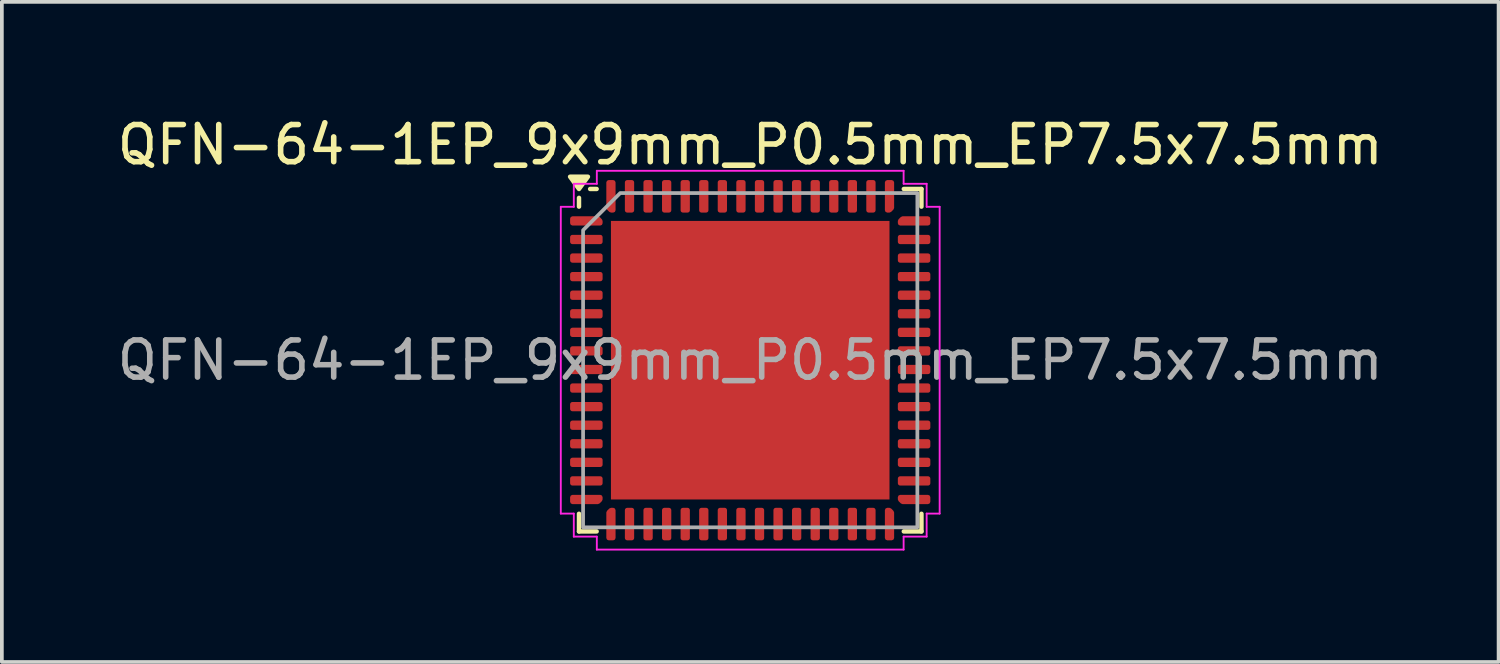
<source format=kicad_pcb>
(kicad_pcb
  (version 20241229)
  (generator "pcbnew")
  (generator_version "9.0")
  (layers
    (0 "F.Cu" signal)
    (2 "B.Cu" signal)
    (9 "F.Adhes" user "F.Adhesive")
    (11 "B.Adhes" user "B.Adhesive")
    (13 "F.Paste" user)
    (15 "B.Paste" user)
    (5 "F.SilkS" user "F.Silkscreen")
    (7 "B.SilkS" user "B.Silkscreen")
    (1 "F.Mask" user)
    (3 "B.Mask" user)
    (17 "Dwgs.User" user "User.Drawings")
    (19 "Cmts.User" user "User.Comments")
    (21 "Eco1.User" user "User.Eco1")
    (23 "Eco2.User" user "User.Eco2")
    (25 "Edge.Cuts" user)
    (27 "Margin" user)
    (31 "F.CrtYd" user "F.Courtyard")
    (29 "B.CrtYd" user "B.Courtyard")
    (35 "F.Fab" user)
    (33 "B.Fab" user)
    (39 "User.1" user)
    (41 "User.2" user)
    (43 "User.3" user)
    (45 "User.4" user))
  (footprint "QFN-64-1EP_9x9mm_P0.5mm_EP7.5x7.5mm"
    (layer "F.Cu")
    (at 17.149 6.648)
    (property "Reference" "QFN-64-1EP_9x9mm_P0.5mm_EP7.5x7.5mm" (at 0 -5.8 0) (layer "F.SilkS") (effects (font (size 1 1) (thickness 0.15))))
    (attr smd)
    (fp_line (start -4.61 -4.135) (end -4.61 -4.37) (stroke (width 0.12) (type solid)) (layer "F.SilkS"))
    (fp_line (start -4.61 4.61) (end -4.61 4.135) (stroke (width 0.12) (type solid)) (layer "F.SilkS"))
    (fp_line (start -4.135 -4.61) (end -4.31 -4.61) (stroke (width 0.12) (type solid)) (layer "F.SilkS"))
    (fp_line (start -4.135 4.61) (end -4.61 4.61) (stroke (width 0.12) (type solid)) (layer "F.SilkS"))
    (fp_line (start 4.135 -4.61) (end 4.61 -4.61) (stroke (width 0.12) (type solid)) (layer "F.SilkS"))
    (fp_line (start 4.135 4.61) (end 4.61 4.61) (stroke (width 0.12) (type solid)) (layer "F.SilkS"))
    (fp_line (start 4.61 -4.61) (end 4.61 -4.135) (stroke (width 0.12) (type solid)) (layer "F.SilkS"))
    (fp_line (start 4.61 4.61) (end 4.61 4.135) (stroke (width 0.12) (type solid)) (layer "F.SilkS"))
    (fp_poly (pts (xy -4.61 -4.61) (xy -4.85 -4.94) (xy -4.37 -4.94)) (stroke (width 0.12) (type solid)) (fill yes) (layer "F.SilkS"))
    (fp_line (start -5.1 -4.13) (end -4.75 -4.13) (stroke (width 0.05) (type solid)) (layer "F.CrtYd"))
    (fp_line (start -5.1 4.13) (end -5.1 -4.13) (stroke (width 0.05) (type solid)) (layer "F.CrtYd"))
    (fp_line (start -4.75 -4.75) (end -4.13 -4.75) (stroke (width 0.05) (type solid)) (layer "F.CrtYd"))
    (fp_line (start -4.75 -4.13) (end -4.75 -4.75) (stroke (width 0.05) (type solid)) (layer "F.CrtYd"))
    (fp_line (start -4.75 4.13) (end -5.1 4.13) (stroke (width 0.05) (type solid)) (layer "F.CrtYd"))
    (fp_line (start -4.75 4.75) (end -4.75 4.13) (stroke (width 0.05) (type solid)) (layer "F.CrtYd"))
    (fp_line (start -4.13 -5.1) (end 4.13 -5.1) (stroke (width 0.05) (type solid)) (layer "F.CrtYd"))
    (fp_line (start -4.13 -4.75) (end -4.13 -5.1) (stroke (width 0.05) (type solid)) (layer "F.CrtYd"))
    (fp_line (start -4.13 4.75) (end -4.75 4.75) (stroke (width 0.05) (type solid)) (layer "F.CrtYd"))
    (fp_line (start -4.13 5.1) (end -4.13 4.75) (stroke (width 0.05) (type solid)) (layer "F.CrtYd"))
    (fp_line (start 4.13 -5.1) (end 4.13 -4.75) (stroke (width 0.05) (type solid)) (layer "F.CrtYd"))
    (fp_line (start 4.13 -4.75) (end 4.75 -4.75) (stroke (width 0.05) (type solid)) (layer "F.CrtYd"))
    (fp_line (start 4.13 4.75) (end 4.13 5.1) (stroke (width 0.05) (type solid)) (layer "F.CrtYd"))
    (fp_line (start 4.13 5.1) (end -4.13 5.1) (stroke (width 0.05) (type solid)) (layer "F.CrtYd"))
    (fp_line (start 4.75 -4.75) (end 4.75 -4.13) (stroke (width 0.05) (type solid)) (layer "F.CrtYd"))
    (fp_line (start 4.75 -4.13) (end 5.1 -4.13) (stroke (width 0.05) (type solid)) (layer "F.CrtYd"))
    (fp_line (start 4.75 4.13) (end 4.75 4.75) (stroke (width 0.05) (type solid)) (layer "F.CrtYd"))
    (fp_line (start 4.75 4.75) (end 4.13 4.75) (stroke (width 0.05) (type solid)) (layer "F.CrtYd"))
    (fp_line (start 5.1 -4.13) (end 5.1 4.13) (stroke (width 0.05) (type solid)) (layer "F.CrtYd"))
    (fp_line (start 5.1 4.13) (end 4.75 4.13) (stroke (width 0.05) (type solid)) (layer "F.CrtYd"))
    (fp_poly (pts (xy -4.5 -3.5) (xy -4.5 4.5) (xy 4.5 4.5) (xy 4.5 -4.5) (xy -3.5 -4.5)) (stroke (width 0.1) (type solid)) (fill no) (layer "F.Fab"))
    (fp_text user "${REFERENCE}" (at 0 0 0) (layer "F.Fab") (effects (font (size 1 1) (thickness 0.15))))
    (pad "" smd roundrect (at -3.125 -3.125) (size 1.01 1.01) (layers "F.Paste") (roundrect_rratio 0.248))
    (pad "" smd roundrect (at -3.125 -1.875) (size 1.01 1.01) (layers "F.Paste") (roundrect_rratio 0.248))
    (pad "" smd roundrect (at -3.125 -0.625) (size 1.01 1.01) (layers "F.Paste") (roundrect_rratio 0.248))
    (pad "" smd roundrect (at -3.125 0.625) (size 1.01 1.01) (layers "F.Paste") (roundrect_rratio 0.248))
    (pad "" smd roundrect (at -3.125 1.875) (size 1.01 1.01) (layers "F.Paste") (roundrect_rratio 0.248))
    (pad "" smd roundrect (at -3.125 3.125) (size 1.01 1.01) (layers "F.Paste") (roundrect_rratio 0.248))
    (pad "" smd roundrect (at -1.875 -3.125) (size 1.01 1.01) (layers "F.Paste") (roundrect_rratio 0.248))
    (pad "" smd roundrect (at -1.875 -1.875) (size 1.01 1.01) (layers "F.Paste") (roundrect_rratio 0.248))
    (pad "" smd roundrect (at -1.875 -0.625) (size 1.01 1.01) (layers "F.Paste") (roundrect_rratio 0.248))
    (pad "" smd roundrect (at -1.875 0.625) (size 1.01 1.01) (layers "F.Paste") (roundrect_rratio 0.248))
    (pad "" smd roundrect (at -1.875 1.875) (size 1.01 1.01) (layers "F.Paste") (roundrect_rratio 0.248))
    (pad "" smd roundrect (at -1.875 3.125) (size 1.01 1.01) (layers "F.Paste") (roundrect_rratio 0.248))
    (pad "" smd roundrect (at -0.625 -3.125) (size 1.01 1.01) (layers "F.Paste") (roundrect_rratio 0.248))
    (pad "" smd roundrect (at -0.625 -1.875) (size 1.01 1.01) (layers "F.Paste") (roundrect_rratio 0.248))
    (pad "" smd roundrect (at -0.625 -0.625) (size 1.01 1.01) (layers "F.Paste") (roundrect_rratio 0.248))
    (pad "" smd roundrect (at -0.625 0.625) (size 1.01 1.01) (layers "F.Paste") (roundrect_rratio 0.248))
    (pad "" smd roundrect (at -0.625 1.875) (size 1.01 1.01) (layers "F.Paste") (roundrect_rratio 0.248))
    (pad "" smd roundrect (at -0.625 3.125) (size 1.01 1.01) (layers "F.Paste") (roundrect_rratio 0.248))
    (pad "" smd roundrect (at 0.625 -3.125) (size 1.01 1.01) (layers "F.Paste") (roundrect_rratio 0.248))
    (pad "" smd roundrect (at 0.625 -1.875) (size 1.01 1.01) (layers "F.Paste") (roundrect_rratio 0.248))
    (pad "" smd roundrect (at 0.625 -0.625) (size 1.01 1.01) (layers "F.Paste") (roundrect_rratio 0.248))
    (pad "" smd roundrect (at 0.625 0.625) (size 1.01 1.01) (layers "F.Paste") (roundrect_rratio 0.248))
    (pad "" smd roundrect (at 0.625 1.875) (size 1.01 1.01) (layers "F.Paste") (roundrect_rratio 0.248))
    (pad "" smd roundrect (at 0.625 3.125) (size 1.01 1.01) (layers "F.Paste") (roundrect_rratio 0.248))
    (pad "" smd roundrect (at 1.875 -3.125) (size 1.01 1.01) (layers "F.Paste") (roundrect_rratio 0.248))
    (pad "" smd roundrect (at 1.875 -1.875) (size 1.01 1.01) (layers "F.Paste") (roundrect_rratio 0.248))
    (pad "" smd roundrect (at 1.875 -0.625) (size 1.01 1.01) (layers "F.Paste") (roundrect_rratio 0.248))
    (pad "" smd roundrect (at 1.875 0.625) (size 1.01 1.01) (layers "F.Paste") (roundrect_rratio 0.248))
    (pad "" smd roundrect (at 1.875 1.875) (size 1.01 1.01) (layers "F.Paste") (roundrect_rratio 0.248))
    (pad "" smd roundrect (at 1.875 3.125) (size 1.01 1.01) (layers "F.Paste") (roundrect_rratio 0.248))
    (pad "" smd roundrect (at 3.125 -3.125) (size 1.01 1.01) (layers "F.Paste") (roundrect_rratio 0.248))
    (pad "" smd roundrect (at 3.125 -1.875) (size 1.01 1.01) (layers "F.Paste") (roundrect_rratio 0.248))
    (pad "" smd roundrect (at 3.125 -0.625) (size 1.01 1.01) (layers "F.Paste") (roundrect_rratio 0.248))
    (pad "" smd roundrect (at 3.125 0.625) (size 1.01 1.01) (layers "F.Paste") (roundrect_rratio 0.248))
    (pad "" smd roundrect (at 3.125 1.875) (size 1.01 1.01) (layers "F.Paste") (roundrect_rratio 0.248))
    (pad "" smd roundrect (at 3.125 3.125) (size 1.01 1.01) (layers "F.Paste") (roundrect_rratio 0.248))
    (pad "1" smd custom (at -4.412 -3.75) (size 0.179 0.179) (layers "F.Cu" "F.Mask" "F.Paste") (options (anchor circle)) (primitives (gr_poly (pts (xy -0.375 -0.062) (xy 0.312 -0.062) (xy 0.375 0.001) (xy 0.375 0.062) (xy -0.375 0.062)) (width 0.125) (fill yes))))
    (pad "2" smd roundrect (at -4.412 -3.25) (size 0.875 0.25) (layers "F.Cu" "F.Mask" "F.Paste") (roundrect_rratio 0.25))
    (pad "3" smd roundrect (at -4.412 -2.75) (size 0.875 0.25) (layers "F.Cu" "F.Mask" "F.Paste") (roundrect_rratio 0.25))
    (pad "4" smd roundrect (at -4.412 -2.25) (size 0.875 0.25) (layers "F.Cu" "F.Mask" "F.Paste") (roundrect_rratio 0.25))
    (pad "5" smd roundrect (at -4.412 -1.75) (size 0.875 0.25) (layers "F.Cu" "F.Mask" "F.Paste") (roundrect_rratio 0.25))
    (pad "6" smd roundrect (at -4.412 -1.25) (size 0.875 0.25) (layers "F.Cu" "F.Mask" "F.Paste") (roundrect_rratio 0.25))
    (pad "7" smd roundrect (at -4.412 -0.75) (size 0.875 0.25) (layers "F.Cu" "F.Mask" "F.Paste") (roundrect_rratio 0.25))
    (pad "8" smd roundrect (at -4.412 -0.25) (size 0.875 0.25) (layers "F.Cu" "F.Mask" "F.Paste") (roundrect_rratio 0.25))
    (pad "9" smd roundrect (at -4.412 0.25) (size 0.875 0.25) (layers "F.Cu" "F.Mask" "F.Paste") (roundrect_rratio 0.25))
    (pad "10" smd roundrect (at -4.412 0.75) (size 0.875 0.25) (layers "F.Cu" "F.Mask" "F.Paste") (roundrect_rratio 0.25))
    (pad "11" smd roundrect (at -4.412 1.25) (size 0.875 0.25) (layers "F.Cu" "F.Mask" "F.Paste") (roundrect_rratio 0.25))
    (pad "12" smd roundrect (at -4.412 1.75) (size 0.875 0.25) (layers "F.Cu" "F.Mask" "F.Paste") (roundrect_rratio 0.25))
    (pad "13" smd roundrect (at -4.412 2.25) (size 0.875 0.25) (layers "F.Cu" "F.Mask" "F.Paste") (roundrect_rratio 0.25))
    (pad "14" smd roundrect (at -4.412 2.75) (size 0.875 0.25) (layers "F.Cu" "F.Mask" "F.Paste") (roundrect_rratio 0.25))
    (pad "15" smd roundrect (at -4.412 3.25) (size 0.875 0.25) (layers "F.Cu" "F.Mask" "F.Paste") (roundrect_rratio 0.25))
    (pad "16" smd custom (at -4.412 3.75) (size 0.179 0.179) (layers "F.Cu" "F.Mask" "F.Paste") (options (anchor circle)) (primitives (gr_poly (pts (xy -0.375 -0.062) (xy 0.375 -0.062) (xy 0.375 -0.001) (xy 0.312 0.062) (xy -0.375 0.062)) (width 0.125) (fill yes))))
    (pad "17" smd custom (at -3.75 4.412) (size 0.179 0.179) (layers "F.Cu" "F.Mask" "F.Paste") (options (anchor circle)) (primitives (gr_poly (pts (xy -0.062 -0.312) (xy 0.001 -0.375) (xy 0.062 -0.375) (xy 0.062 0.375) (xy -0.062 0.375)) (width 0.125) (fill yes))))
    (pad "18" smd roundrect (at -3.25 4.412) (size 0.25 0.875) (layers "F.Cu" "F.Mask" "F.Paste") (roundrect_rratio 0.25))
    (pad "19" smd roundrect (at -2.75 4.412) (size 0.25 0.875) (layers "F.Cu" "F.Mask" "F.Paste") (roundrect_rratio 0.25))
    (pad "20" smd roundrect (at -2.25 4.412) (size 0.25 0.875) (layers "F.Cu" "F.Mask" "F.Paste") (roundrect_rratio 0.25))
    (pad "21" smd roundrect (at -1.75 4.412) (size 0.25 0.875) (layers "F.Cu" "F.Mask" "F.Paste") (roundrect_rratio 0.25))
    (pad "22" smd roundrect (at -1.25 4.412) (size 0.25 0.875) (layers "F.Cu" "F.Mask" "F.Paste") (roundrect_rratio 0.25))
    (pad "23" smd roundrect (at -0.75 4.412) (size 0.25 0.875) (layers "F.Cu" "F.Mask" "F.Paste") (roundrect_rratio 0.25))
    (pad "24" smd roundrect (at -0.25 4.412) (size 0.25 0.875) (layers "F.Cu" "F.Mask" "F.Paste") (roundrect_rratio 0.25))
    (pad "25" smd roundrect (at 0.25 4.412) (size 0.25 0.875) (layers "F.Cu" "F.Mask" "F.Paste") (roundrect_rratio 0.25))
    (pad "26" smd roundrect (at 0.75 4.412) (size 0.25 0.875) (layers "F.Cu" "F.Mask" "F.Paste") (roundrect_rratio 0.25))
    (pad "27" smd roundrect (at 1.25 4.412) (size 0.25 0.875) (layers "F.Cu" "F.Mask" "F.Paste") (roundrect_rratio 0.25))
    (pad "28" smd roundrect (at 1.75 4.412) (size 0.25 0.875) (layers "F.Cu" "F.Mask" "F.Paste") (roundrect_rratio 0.25))
    (pad "29" smd roundrect (at 2.25 4.412) (size 0.25 0.875) (layers "F.Cu" "F.Mask" "F.Paste") (roundrect_rratio 0.25))
    (pad "30" smd roundrect (at 2.75 4.412) (size 0.25 0.875) (layers "F.Cu" "F.Mask" "F.Paste") (roundrect_rratio 0.25))
    (pad "31" smd roundrect (at 3.25 4.412) (size 0.25 0.875) (layers "F.Cu" "F.Mask" "F.Paste") (roundrect_rratio 0.25))
    (pad "32" smd custom (at 3.75 4.412) (size 0.179 0.179) (layers "F.Cu" "F.Mask" "F.Paste") (options (anchor circle)) (primitives (gr_poly (pts (xy -0.062 -0.375) (xy -0.001 -0.375) (xy 0.062 -0.312) (xy 0.062 0.375) (xy -0.062 0.375)) (width 0.125) (fill yes))))
    (pad "33" smd custom (at 4.412 3.75) (size 0.179 0.179) (layers "F.Cu" "F.Mask" "F.Paste") (options (anchor circle)) (primitives (gr_poly (pts (xy -0.375 -0.062) (xy 0.375 -0.062) (xy 0.375 0.062) (xy -0.312 0.062) (xy -0.375 -0.001)) (width 0.125) (fill yes))))
    (pad "34" smd roundrect (at 4.412 3.25) (size 0.875 0.25) (layers "F.Cu" "F.Mask" "F.Paste") (roundrect_rratio 0.25))
    (pad "35" smd roundrect (at 4.412 2.75) (size 0.875 0.25) (layers "F.Cu" "F.Mask" "F.Paste") (roundrect_rratio 0.25))
    (pad "36" smd roundrect (at 4.412 2.25) (size 0.875 0.25) (layers "F.Cu" "F.Mask" "F.Paste") (roundrect_rratio 0.25))
    (pad "37" smd roundrect (at 4.412 1.75) (size 0.875 0.25) (layers "F.Cu" "F.Mask" "F.Paste") (roundrect_rratio 0.25))
    (pad "38" smd roundrect (at 4.412 1.25) (size 0.875 0.25) (layers "F.Cu" "F.Mask" "F.Paste") (roundrect_rratio 0.25))
    (pad "39" smd roundrect (at 4.412 0.75) (size 0.875 0.25) (layers "F.Cu" "F.Mask" "F.Paste") (roundrect_rratio 0.25))
    (pad "40" smd roundrect (at 4.412 0.25) (size 0.875 0.25) (layers "F.Cu" "F.Mask" "F.Paste") (roundrect_rratio 0.25))
    (pad "41" smd roundrect (at 4.412 -0.25) (size 0.875 0.25) (layers "F.Cu" "F.Mask" "F.Paste") (roundrect_rratio 0.25))
    (pad "42" smd roundrect (at 4.412 -0.75) (size 0.875 0.25) (layers "F.Cu" "F.Mask" "F.Paste") (roundrect_rratio 0.25))
    (pad "43" smd roundrect (at 4.412 -1.25) (size 0.875 0.25) (layers "F.Cu" "F.Mask" "F.Paste") (roundrect_rratio 0.25))
    (pad "44" smd roundrect (at 4.412 -1.75) (size 0.875 0.25) (layers "F.Cu" "F.Mask" "F.Paste") (roundrect_rratio 0.25))
    (pad "45" smd roundrect (at 4.412 -2.25) (size 0.875 0.25) (layers "F.Cu" "F.Mask" "F.Paste") (roundrect_rratio 0.25))
    (pad "46" smd roundrect (at 4.412 -2.75) (size 0.875 0.25) (layers "F.Cu" "F.Mask" "F.Paste") (roundrect_rratio 0.25))
    (pad "47" smd roundrect (at 4.412 -3.25) (size 0.875 0.25) (layers "F.Cu" "F.Mask" "F.Paste") (roundrect_rratio 0.25))
    (pad "48" smd custom (at 4.412 -3.75) (size 0.179 0.179) (layers "F.Cu" "F.Mask" "F.Paste") (options (anchor circle)) (primitives (gr_poly (pts (xy -0.375 0.001) (xy -0.312 -0.062) (xy 0.375 -0.062) (xy 0.375 0.062) (xy -0.375 0.062)) (width 0.125) (fill yes))))
    (pad "49" smd custom (at 3.75 -4.412) (size 0.179 0.179) (layers "F.Cu" "F.Mask" "F.Paste") (options (anchor circle)) (primitives (gr_poly (pts (xy -0.062 -0.375) (xy 0.062 -0.375) (xy 0.062 0.312) (xy -0.001 0.375) (xy -0.062 0.375)) (width 0.125) (fill yes))))
    (pad "50" smd roundrect (at 3.25 -4.412) (size 0.25 0.875) (layers "F.Cu" "F.Mask" "F.Paste") (roundrect_rratio 0.25))
    (pad "51" smd roundrect (at 2.75 -4.412) (size 0.25 0.875) (layers "F.Cu" "F.Mask" "F.Paste") (roundrect_rratio 0.25))
    (pad "52" smd roundrect (at 2.25 -4.412) (size 0.25 0.875) (layers "F.Cu" "F.Mask" "F.Paste") (roundrect_rratio 0.25))
    (pad "53" smd roundrect (at 1.75 -4.412) (size 0.25 0.875) (layers "F.Cu" "F.Mask" "F.Paste") (roundrect_rratio 0.25))
    (pad "54" smd roundrect (at 1.25 -4.412) (size 0.25 0.875) (layers "F.Cu" "F.Mask" "F.Paste") (roundrect_rratio 0.25))
    (pad "55" smd roundrect (at 0.75 -4.412) (size 0.25 0.875) (layers "F.Cu" "F.Mask" "F.Paste") (roundrect_rratio 0.25))
    (pad "56" smd roundrect (at 0.25 -4.412) (size 0.25 0.875) (layers "F.Cu" "F.Mask" "F.Paste") (roundrect_rratio 0.25))
    (pad "57" smd roundrect (at -0.25 -4.412) (size 0.25 0.875) (layers "F.Cu" "F.Mask" "F.Paste") (roundrect_rratio 0.25))
    (pad "58" smd roundrect (at -0.75 -4.412) (size 0.25 0.875) (layers "F.Cu" "F.Mask" "F.Paste") (roundrect_rratio 0.25))
    (pad "59" smd roundrect (at -1.25 -4.412) (size 0.25 0.875) (layers "F.Cu" "F.Mask" "F.Paste") (roundrect_rratio 0.25))
    (pad "60" smd roundrect (at -1.75 -4.412) (size 0.25 0.875) (layers "F.Cu" "F.Mask" "F.Paste") (roundrect_rratio 0.25))
    (pad "61" smd roundrect (at -2.25 -4.412) (size 0.25 0.875) (layers "F.Cu" "F.Mask" "F.Paste") (roundrect_rratio 0.25))
    (pad "62" smd roundrect (at -2.75 -4.412) (size 0.25 0.875) (layers "F.Cu" "F.Mask" "F.Paste") (roundrect_rratio 0.25))
    (pad "63" smd roundrect (at -3.25 -4.412) (size 0.25 0.875) (layers "F.Cu" "F.Mask" "F.Paste") (roundrect_rratio 0.25))
    (pad "64" smd custom (at -3.75 -4.412) (size 0.179 0.179) (layers "F.Cu" "F.Mask" "F.Paste") (options (anchor circle)) (primitives (gr_poly (pts (xy -0.062 -0.375) (xy 0.062 -0.375) (xy 0.062 0.375) (xy 0.001 0.375) (xy -0.062 0.312)) (width 0.125) (fill yes))))
    (pad "65" smd rect (at 0 0) (size 7.5 7.5) (property pad_prop_heatsink) (layers "F.Cu" "F.Mask")))
  (gr_rect
    (start -3 -3)
    (end 37.298 14.773)
    (stroke (width 0.1) (type default))
    (fill no)
    (layer "Edge.Cuts")))
</source>
